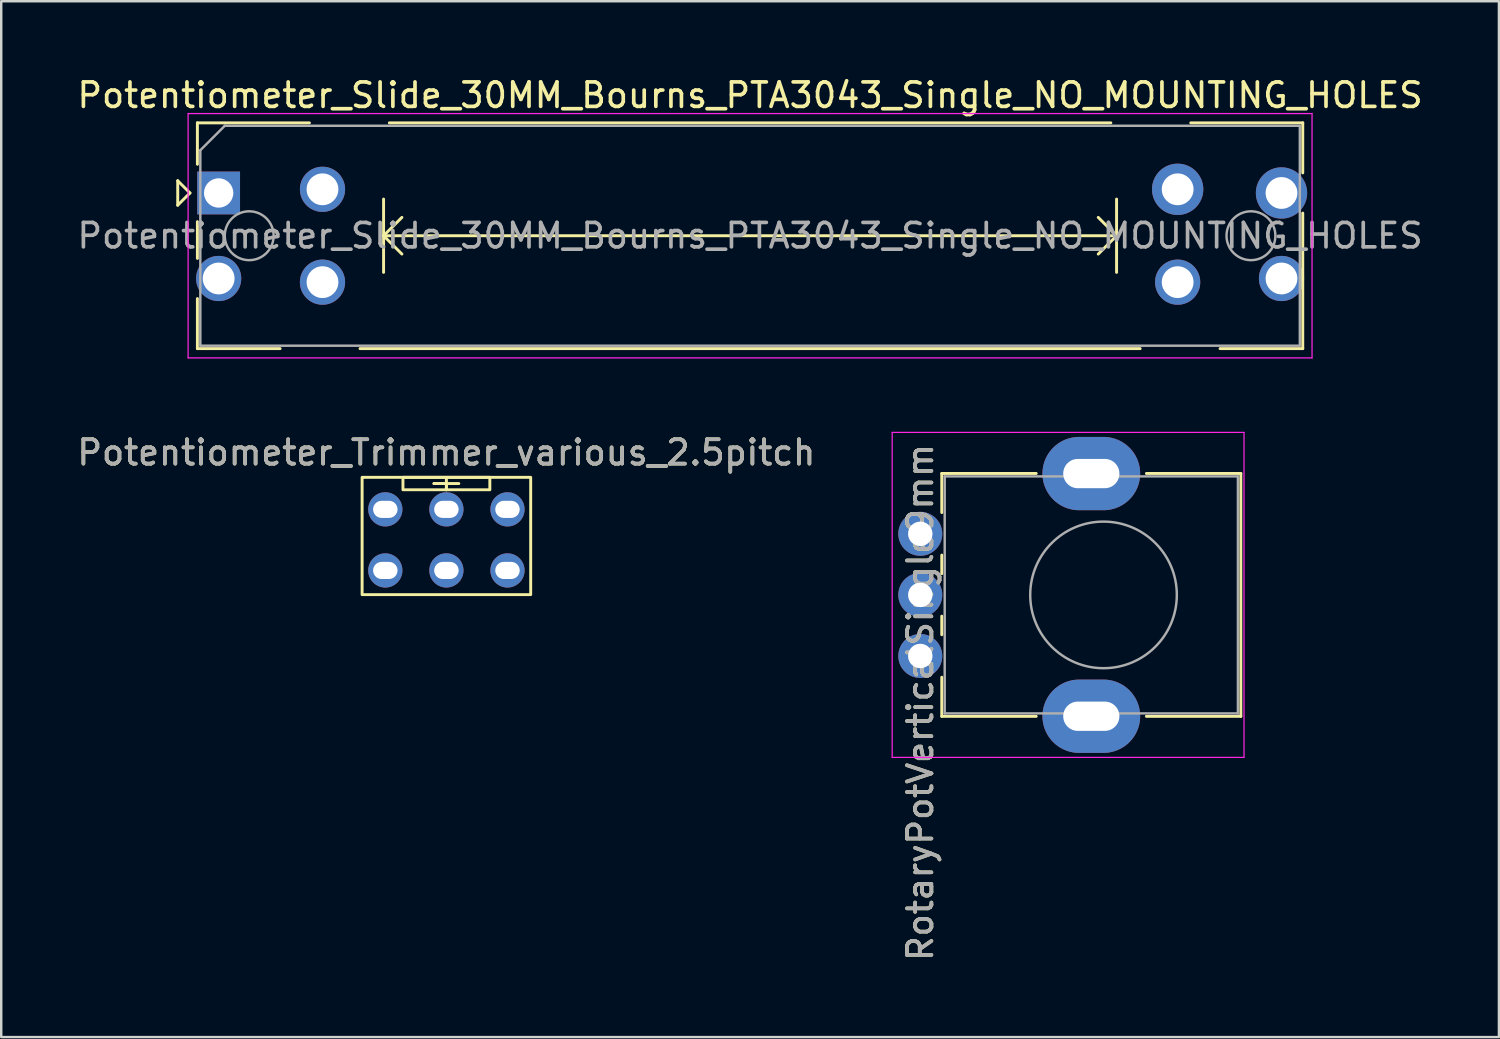
<source format=kicad_pcb>
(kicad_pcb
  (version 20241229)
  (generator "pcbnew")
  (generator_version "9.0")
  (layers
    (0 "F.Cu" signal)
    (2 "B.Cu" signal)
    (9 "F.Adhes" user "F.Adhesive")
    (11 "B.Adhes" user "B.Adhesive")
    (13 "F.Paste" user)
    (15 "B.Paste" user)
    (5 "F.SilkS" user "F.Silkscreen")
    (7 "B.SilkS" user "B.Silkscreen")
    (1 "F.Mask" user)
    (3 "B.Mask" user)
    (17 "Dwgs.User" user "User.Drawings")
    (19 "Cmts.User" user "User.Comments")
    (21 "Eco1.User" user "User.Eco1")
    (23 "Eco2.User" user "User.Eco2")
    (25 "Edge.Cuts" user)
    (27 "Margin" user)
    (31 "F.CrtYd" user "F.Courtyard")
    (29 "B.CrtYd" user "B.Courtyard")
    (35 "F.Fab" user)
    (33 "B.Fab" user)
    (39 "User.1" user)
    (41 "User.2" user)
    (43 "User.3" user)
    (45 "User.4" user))
  (footprint "Potentiometer_Trimmer_various_2.5pitch"
    (layer "F.Cu")
    (at 15.22 20.297)
    (property "Reference" "Potentiometer_Trimmer_various_2.5pitch" (at 0 -4.826 0) (unlocked yes) (layer "F.SilkS") (effects (font (size 1 1) (thickness 0.15))))
    (attr through_hole)
    (fp_line (start -0.508 -3.556) (end 0.508 -3.556) (stroke (width 0.12) (type solid)) (layer "F.SilkS"))
    (fp_line (start 0 -3.81) (end 0 -3.302) (stroke (width 0.12) (type solid)) (layer "F.SilkS"))
    (fp_line (start 0 -3.556) (end -0.508 -3.556) (stroke (width 0.12) (type solid)) (layer "F.SilkS"))
    (fp_line (start 0 -3.302) (end 0 -3.556) (stroke (width 0.12) (type solid)) (layer "F.SilkS"))
    (fp_rect (start -1.778 -3.81) (end 1.778 -3.302) (stroke (width 0.12) (type solid)) (fill no) (layer "F.SilkS"))
    (fp_rect (start 3.45 0.99) (end -3.45 -3.81) (stroke (width 0.12) (type solid)) (fill no) (layer "F.SilkS"))
    (fp_text user "${REFERENCE}" (at 0 -4.826 0) (unlocked yes) (layer "F.Fab") (effects (font (size 1 1) (thickness 0.15))))
    (pad "1" thru_hole circle (at 2.5 -2.5) (size 1.4 1.4) (drill oval 1 0.7) (layers "*.Cu" "*.Mask"))
    (pad "1" thru_hole circle (at 2.5 0) (size 1.4 1.4) (drill oval 1 0.7) (layers "*.Cu" "*.Mask"))
    (pad "2" thru_hole circle (at 0 -2.5) (size 1.4 1.4) (drill oval 1 0.7) (layers "*.Cu" "*.Mask"))
    (pad "2" thru_hole circle (at 0 0) (size 1.4 1.4) (drill oval 1 0.7) (layers "*.Cu" "*.Mask"))
    (pad "3" thru_hole circle (at -2.5 -2.5) (size 1.4 1.4) (drill oval 1 0.7) (layers "*.Cu" "*.Mask"))
    (pad "3" thru_hole circle (at -2.5 0) (size 1.4 1.4) (drill oval 1 0.7) (layers "*.Cu" "*.Mask")))
  (footprint "Potentiometer_Slide_30MM_Bourns_PTA3043_Single_NO_MOUNTING_HOLES"
    (layer "F.Cu")
    (at 5.899 4.848)
    (property "Reference" "Potentiometer_Slide_30MM_Bourns_PTA3043_Single_NO_MOUNTING_HOLES" (at 21.75 -4 0) (layer "F.SilkS") (effects (font (size 1 1) (thickness 0.15))))
    (attr through_hole)
    (fp_line (start -1.675 -0.5) (end -1.675 0.5) (stroke (width 0.12) (type solid)) (layer "F.SilkS"))
    (fp_line (start -1.675 0.5) (end -1.175 0) (stroke (width 0.12) (type solid)) (layer "F.SilkS"))
    (fp_line (start -1.175 0) (end -1.675 -0.5) (stroke (width 0.12) (type solid)) (layer "F.SilkS"))
    (fp_line (start -0.87 -2.87) (end -0.87 -1.175) (stroke (width 0.12) (type solid)) (layer "F.SilkS"))
    (fp_line (start -0.87 -2.87) (end 3.715 -2.87) (stroke (width 0.12) (type solid)) (layer "F.SilkS"))
    (fp_line (start -0.87 1.175) (end -0.87 2.678) (stroke (width 0.12) (type solid)) (layer "F.SilkS"))
    (fp_line (start -0.87 4.323) (end -0.87 6.37) (stroke (width 0.12) (type solid)) (layer "F.SilkS"))
    (fp_line (start -0.87 6.37) (end 2.515 6.37) (stroke (width 0.12) (type solid)) (layer "F.SilkS"))
    (fp_line (start 5.786 6.37) (end 37.715 6.37) (stroke (width 0.12) (type solid)) (layer "F.SilkS"))
    (fp_line (start 6.75 0.25) (end 6.75 3.25) (stroke (width 0.12) (type solid)) (layer "F.SilkS"))
    (fp_line (start 6.75 1.75) (end 7.5 2.5) (stroke (width 0.12) (type solid)) (layer "F.SilkS"))
    (fp_line (start 6.75 1.75) (end 36.75 1.75) (stroke (width 0.12) (type solid)) (layer "F.SilkS"))
    (fp_line (start 6.986 -2.87) (end 36.515 -2.87) (stroke (width 0.12) (type solid)) (layer "F.SilkS"))
    (fp_line (start 7.5 1) (end 6.75 1.75) (stroke (width 0.12) (type solid)) (layer "F.SilkS"))
    (fp_line (start 36 1) (end 36.75 1.75) (stroke (width 0.12) (type solid)) (layer "F.SilkS"))
    (fp_line (start 36.75 0.25) (end 36.75 3.25) (stroke (width 0.12) (type solid)) (layer "F.SilkS"))
    (fp_line (start 36.75 1.75) (end 36 2.5) (stroke (width 0.12) (type solid)) (layer "F.SilkS"))
    (fp_line (start 39.786 -2.87) (end 44.37 -2.87) (stroke (width 0.12) (type solid)) (layer "F.SilkS"))
    (fp_line (start 40.986 6.37) (end 44.37 6.37) (stroke (width 0.12) (type solid)) (layer "F.SilkS"))
    (fp_line (start 44.37 -2.87) (end 44.37 -0.823) (stroke (width 0.12) (type solid)) (layer "F.SilkS"))
    (fp_line (start 44.37 0.823) (end 44.37 6.37) (stroke (width 0.12) (type solid)) (layer "F.SilkS"))
    (fp_line (start -1.25 -3.25) (end -1.25 6.75) (stroke (width 0.05) (type solid)) (layer "F.CrtYd"))
    (fp_line (start -1.25 6.75) (end 44.75 6.75) (stroke (width 0.05) (type solid)) (layer "F.CrtYd"))
    (fp_line (start 44.75 -3.25) (end -1.25 -3.25) (stroke (width 0.05) (type solid)) (layer "F.CrtYd"))
    (fp_line (start 44.75 6.75) (end 44.75 -3.25) (stroke (width 0.05) (type solid)) (layer "F.CrtYd"))
    (fp_line (start -0.75 -1.75) (end 0.25 -2.75) (stroke (width 0.1) (type solid)) (layer "F.Fab"))
    (fp_line (start -0.75 6.25) (end -0.75 -1.75) (stroke (width 0.1) (type solid)) (layer "F.Fab"))
    (fp_line (start 0.25 -2.75) (end 44.25 -2.75) (stroke (width 0.1) (type solid)) (layer "F.Fab"))
    (fp_line (start 44.25 -2.75) (end 44.25 6.25) (stroke (width 0.1) (type solid)) (layer "F.Fab"))
    (fp_line (start 44.25 6.25) (end -0.75 6.25) (stroke (width 0.1) (type solid)) (layer "F.Fab"))
    (fp_circle (center 1.25 1.75) (end 2.25 1.75) (stroke (width 0.1) (type solid)) (fill no) (layer "F.Fab"))
    (fp_circle (center 42.25 1.75) (end 43.25 1.75) (stroke (width 0.1) (type solid)) (fill no) (layer "F.Fab"))
    (fp_text user "${REFERENCE}" (at 21.75 1.75 0) (layer "F.Fab") (effects (font (size 1 1) (thickness 0.15))))
    (pad "1" thru_hole rect (at 0 0) (size 1.75 1.75) (drill 1.2) (layers "*.Cu" "*.Mask"))
    (pad "1" thru_hole circle (at 4.25 -0.15) (size 1.85 1.85) (drill 1.3) (layers "*.Cu" "*.Mask"))
    (pad "2" thru_hole circle (at 0 3.5) (size 1.85 1.85) (drill 1.3) (layers "*.Cu" "*.Mask"))
    (pad "2" thru_hole circle (at 4.25 3.65) (size 1.85 1.85) (drill 1.3) (layers "*.Cu" "*.Mask"))
    (pad "2" thru_hole circle (at 39.25 3.65) (size 1.85 1.85) (drill 1.3) (layers "*.Cu" "*.Mask"))
    (pad "2" thru_hole circle (at 43.5 3.5) (size 1.85 1.85) (drill 1.3) (layers "*.Cu" "*.Mask"))
    (pad "3" thru_hole circle (at 39.25 -0.15) (size 2.1 2.1) (drill 1.3) (layers "*.Cu" "*.Mask"))
    (pad "3" thru_hole circle (at 43.5 0) (size 2.1 2.1) (drill 1.3) (layers "*.Cu" "*.Mask")))
  (footprint "RotaryPotVerticalSingle9mm"
    (layer "F.Cu")
    (at 34.615 23.798)
    (property "Reference" "RotaryPotVerticalSingle9mm" (at 0 1.9 270) (layer "F.SilkS") (effects (font (size 1 1) (thickness 0.15))))
    (attr through_hole)
    (fp_line (start 0.88 -7.47) (end 0.88 -5.871) (stroke (width 0.12) (type solid)) (layer "F.SilkS"))
    (fp_line (start 0.88 -7.47) (end 4.745 -7.47) (stroke (width 0.12) (type solid)) (layer "F.SilkS"))
    (fp_line (start 0.88 -4.129) (end 0.88 -3.37) (stroke (width 0.12) (type solid)) (layer "F.SilkS"))
    (fp_line (start 0.88 -1.629) (end 0.88 -0.87) (stroke (width 0.12) (type solid)) (layer "F.SilkS"))
    (fp_line (start 0.88 0.87) (end 0.88 2.47) (stroke (width 0.12) (type solid)) (layer "F.SilkS"))
    (fp_line (start 0.88 2.47) (end 4.745 2.47) (stroke (width 0.12) (type solid)) (layer "F.SilkS"))
    (fp_line (start 9.255 -7.47) (end 13.12 -7.47) (stroke (width 0.12) (type solid)) (layer "F.SilkS"))
    (fp_line (start 9.255 2.47) (end 13.12 2.47) (stroke (width 0.12) (type solid)) (layer "F.SilkS"))
    (fp_line (start 13.12 -7.47) (end 13.12 2.47) (stroke (width 0.12) (type solid)) (layer "F.SilkS"))
    (fp_line (start -1.15 -9.15) (end -1.15 4.15) (stroke (width 0.05) (type solid)) (layer "F.CrtYd"))
    (fp_line (start -1.15 4.15) (end 13.25 4.15) (stroke (width 0.05) (type solid)) (layer "F.CrtYd"))
    (fp_line (start 13.25 -9.15) (end -1.15 -9.15) (stroke (width 0.05) (type solid)) (layer "F.CrtYd"))
    (fp_line (start 13.25 4.15) (end 13.25 -9.15) (stroke (width 0.05) (type solid)) (layer "F.CrtYd"))
    (fp_line (start 1 -7.35) (end 1 2.35) (stroke (width 0.1) (type solid)) (layer "F.Fab"))
    (fp_line (start 1 2.35) (end 13 2.35) (stroke (width 0.1) (type solid)) (layer "F.Fab"))
    (fp_line (start 13 -7.35) (end 1 -7.35) (stroke (width 0.1) (type solid)) (layer "F.Fab"))
    (fp_line (start 13 2.35) (end 13 -7.35) (stroke (width 0.1) (type solid)) (layer "F.Fab"))
    (fp_circle (center 7.5 -2.5) (end 10.5 -2.5) (stroke (width 0.1) (type solid)) (fill no) (layer "F.Fab"))
    (fp_text user "${REFERENCE}" (at 0 1.9 90) (layer "F.Fab") (effects (font (size 1 1) (thickness 0.15))))
    (pad "" np_thru_hole oval (at 7 -7.466) (size 4 3) (drill oval 2.3 1.2) (layers "*.Cu" "*.Mask"))
    (pad "" np_thru_hole oval (at 7 2.466) (size 4 3) (drill oval 2.3 1.2) (layers "*.Cu" "*.Mask"))
    (pad "1" thru_hole circle (at 0 0) (size 1.8 1.8) (drill 1) (layers "*.Cu" "*.Mask"))
    (pad "2" thru_hole circle (at 0 -2.5) (size 1.8 1.8) (drill 1) (layers "*.Cu" "*.Mask"))
    (pad "3" thru_hole circle (at 0 -5) (size 1.8 1.8) (drill 1) (layers "*.Cu" "*.Mask")))
  (gr_rect
    (start -3 -3)
    (end 58.298 39.395)
    (stroke (width 0.1) (type default))
    (fill no)
    (layer "Edge.Cuts")))
</source>
